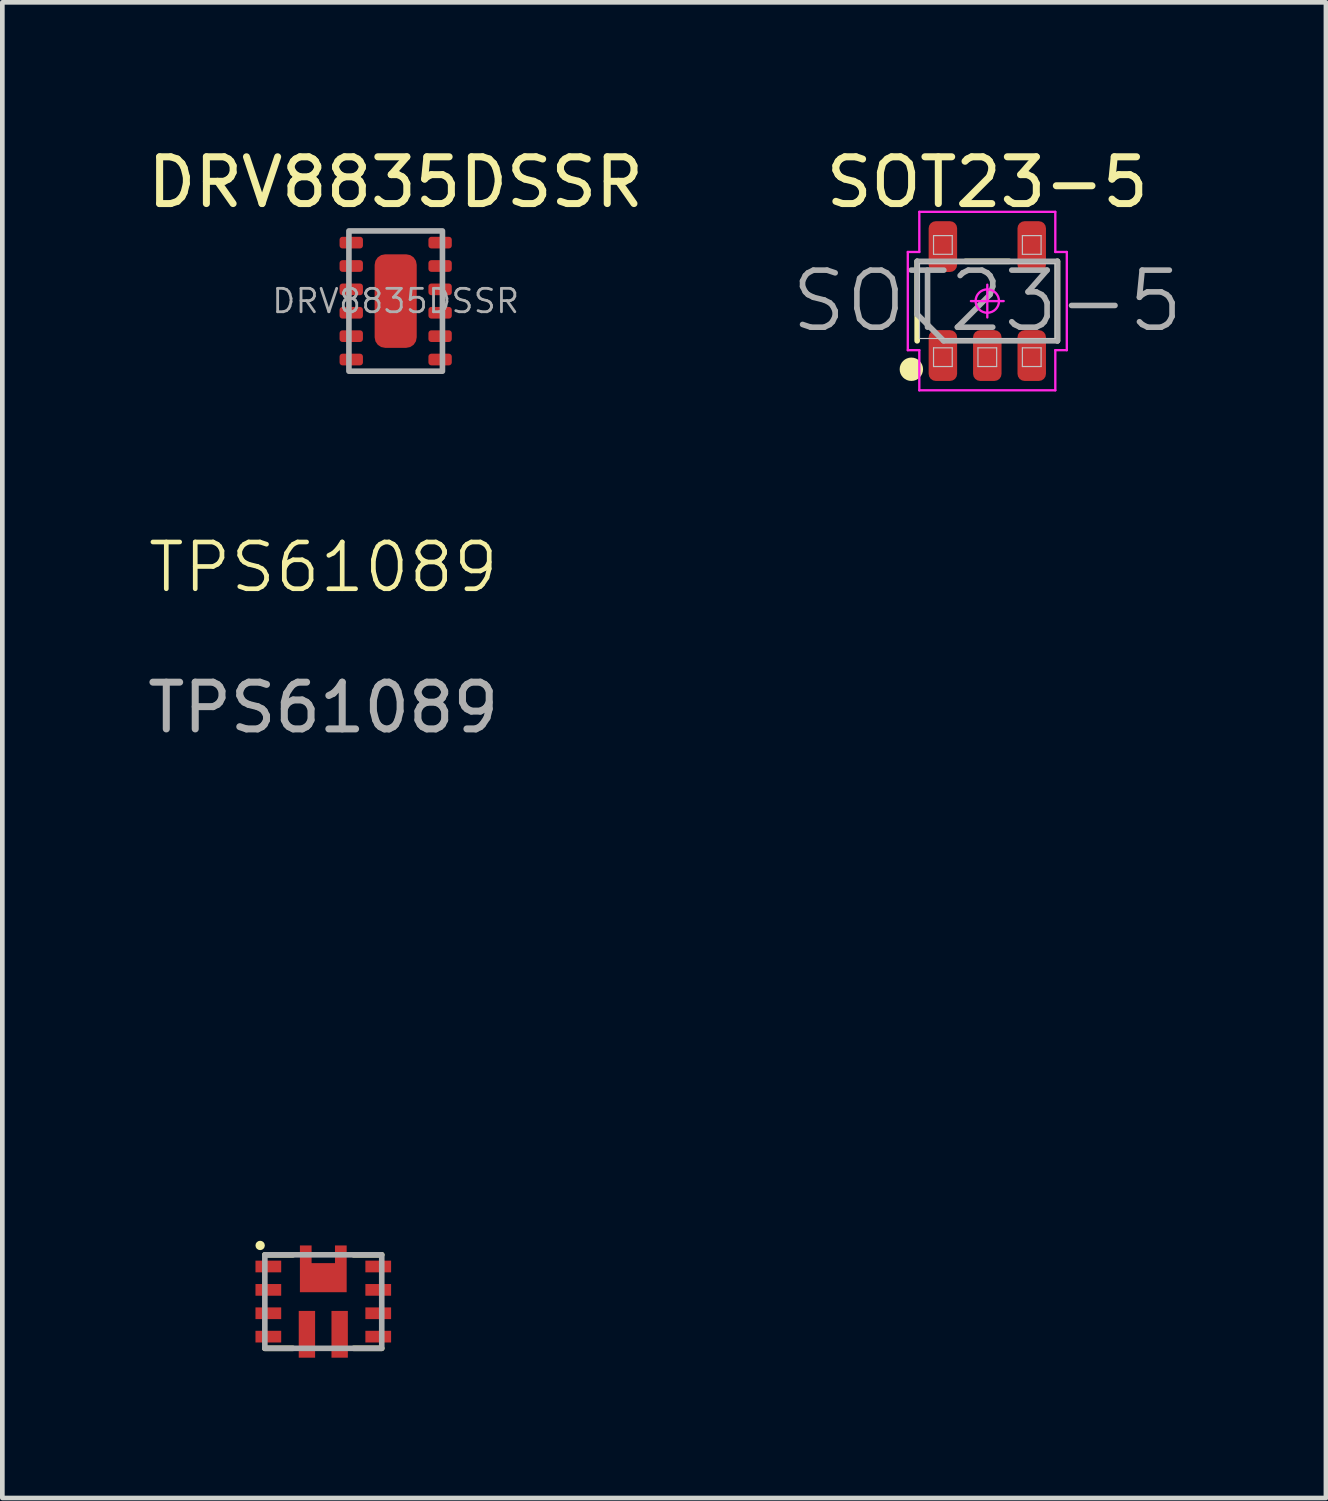
<source format=kicad_pcb>
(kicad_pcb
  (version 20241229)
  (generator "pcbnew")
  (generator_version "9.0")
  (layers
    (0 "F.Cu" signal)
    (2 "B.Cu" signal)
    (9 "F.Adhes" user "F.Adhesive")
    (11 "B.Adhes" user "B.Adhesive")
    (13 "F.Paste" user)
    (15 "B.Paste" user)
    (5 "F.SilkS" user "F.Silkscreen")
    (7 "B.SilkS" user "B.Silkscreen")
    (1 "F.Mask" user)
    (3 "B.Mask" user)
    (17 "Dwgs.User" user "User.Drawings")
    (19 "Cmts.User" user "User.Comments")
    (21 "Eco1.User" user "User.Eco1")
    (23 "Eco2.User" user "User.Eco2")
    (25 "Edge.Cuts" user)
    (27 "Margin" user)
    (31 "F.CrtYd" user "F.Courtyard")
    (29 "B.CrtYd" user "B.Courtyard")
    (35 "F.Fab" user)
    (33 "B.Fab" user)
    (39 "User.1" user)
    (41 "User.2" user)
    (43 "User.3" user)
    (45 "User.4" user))
  (footprint "TPS61089"
    (layer "F.Cu")
    (at 3.863 24.782)
    (property "Reference" "TPS61089" (at 0 -15.7 0) (unlocked yes) (layer "F.SilkS") (effects (font (size 1 1) (thickness 0.1))))
    (attr smd)
    (fp_line (start -1.25 1) (end -0.65 1) (stroke (width 0.12) (type default)) (layer "F.SilkS"))
    (fp_line (start -0.65 -1) (end -1.25 -1) (stroke (width 0.12) (type default)) (layer "F.SilkS"))
    (fp_line (start 1.25 -1) (end 0.65 -1) (stroke (width 0.12) (type default)) (layer "F.SilkS"))
    (fp_line (start 1.25 1) (end 0.65 1) (stroke (width 0.12) (type default)) (layer "F.SilkS"))
    (fp_circle (center -1.35 -1.2) (end -1.35 -1.15) (stroke (width 0.1) (type default)) (fill no) (layer "F.SilkS"))
    (fp_rect (start -1.25 -1) (end 1.25 1) (stroke (width 0.12) (type default)) (fill no) (layer "F.Fab"))
    (fp_text user "${REFERENCE}" (at 0 -12.7 0) (unlocked yes) (layer "F.Fab") (effects (font (size 1 1) (thickness 0.15))))
    (pad "1" smd rect (at -1.175 -0.75) (size 0.55 0.25) (layers "F.Cu" "F.Mask" "F.Paste"))
    (pad "2" smd rect (at -1.175 -0.25) (size 0.55 0.25) (layers "F.Cu" "F.Mask" "F.Paste"))
    (pad "3" smd rect (at -1.175 0.25) (size 0.55 0.25) (layers "F.Cu" "F.Mask" "F.Paste"))
    (pad "4" smd rect (at -1.175 0.75) (size 0.55 0.25) (layers "F.Cu" "F.Mask" "F.Paste"))
    (pad "5" smd rect (at -0.35 0.7) (size 0.35 1) (layers "F.Cu" "F.Mask" "F.Paste"))
    (pad "6" smd rect (at 0.35 0.7) (size 0.35 1) (layers "F.Cu" "F.Mask" "F.Paste"))
    (pad "7" smd rect (at 1.175 0.75 180) (size 0.55 0.25) (layers "F.Cu" "F.Mask" "F.Paste"))
    (pad "8" smd rect (at 1.175 0.25 180) (size 0.55 0.25) (layers "F.Cu" "F.Mask" "F.Paste"))
    (pad "9" smd rect (at 1.175 -0.25 180) (size 0.55 0.25) (layers "F.Cu" "F.Mask" "F.Paste"))
    (pad "10" smd rect (at 1.175 -0.75 180) (size 0.55 0.25) (layers "F.Cu" "F.Mask" "F.Paste"))
    (pad "11" smd custom (at 0 -0.45) (size 1 0.5) (layers "F.Cu" "F.Mask" "F.Paste") (options (anchor rect)) (primitives (gr_poly (pts (xy -0.5 -0.75) (xy -0.5 0.25) (xy 0.5 0.25) (xy 0.5 -0.75) (xy 0.25 -0.75) (xy 0.25 -0.372) (xy -0.25 -0.372) (xy -0.25 -0.75)) (width 0) (fill yes)))))
  (footprint "SOT23-5"
    (layer "F.Cu")
    (at 18.062 3.388)
    (property "Reference" "SOT23-5" (at 0 -2.54 0) (layer "F.SilkS") (effects (font (size 1 1) (thickness 0.15))))
    (attr smd)
    (fp_line (start -1.5 0.85) (end -1.5 -0.85) (stroke (width 0.12) (type solid)) (layer "F.SilkS"))
    (fp_line (start 0.466 -0.85) (end -0.466 -0.85) (stroke (width 0.12) (type solid)) (layer "F.SilkS"))
    (fp_line (start 1.5 -0.85) (end 1.5 0.85) (stroke (width 0.12) (type solid)) (layer "F.SilkS"))
    (fp_circle (center -1.624 1.458) (end -1.624 1.583) (stroke (width 0.25) (type solid)) (fill no) (layer "F.SilkS"))
    (fp_line (start -1.45 -0.8) (end 1.45 -0.8) (stroke (width 0.025) (type solid)) (layer "Dwgs.User"))
    (fp_line (start -1.45 0.8) (end -1.45 -0.8) (stroke (width 0.025) (type solid)) (layer "Dwgs.User"))
    (fp_line (start -1.15 -1.4) (end -0.75 -1.4) (stroke (width 0.025) (type solid)) (layer "Dwgs.User"))
    (fp_line (start -1.15 -1) (end -1.15 -1.4) (stroke (width 0.025) (type solid)) (layer "Dwgs.User"))
    (fp_line (start -1.15 1) (end -0.75 1) (stroke (width 0.025) (type solid)) (layer "Dwgs.User"))
    (fp_line (start -1.15 1.4) (end -1.15 1) (stroke (width 0.025) (type solid)) (layer "Dwgs.User"))
    (fp_line (start -0.75 -1.4) (end -0.75 -1) (stroke (width 0.025) (type solid)) (layer "Dwgs.User"))
    (fp_line (start -0.75 -1) (end -1.15 -1) (stroke (width 0.025) (type solid)) (layer "Dwgs.User"))
    (fp_line (start -0.75 1) (end -0.75 1.4) (stroke (width 0.025) (type solid)) (layer "Dwgs.User"))
    (fp_line (start -0.75 1.4) (end -1.15 1.4) (stroke (width 0.025) (type solid)) (layer "Dwgs.User"))
    (fp_line (start -0.2 1) (end 0.2 1) (stroke (width 0.025) (type solid)) (layer "Dwgs.User"))
    (fp_line (start -0.2 1.4) (end -0.2 1) (stroke (width 0.025) (type solid)) (layer "Dwgs.User"))
    (fp_line (start 0.2 1) (end 0.2 1.4) (stroke (width 0.025) (type solid)) (layer "Dwgs.User"))
    (fp_line (start 0.2 1.4) (end -0.2 1.4) (stroke (width 0.025) (type solid)) (layer "Dwgs.User"))
    (fp_line (start 0.75 -1.4) (end 1.15 -1.4) (stroke (width 0.025) (type solid)) (layer "Dwgs.User"))
    (fp_line (start 0.75 -1) (end 0.75 -1.4) (stroke (width 0.025) (type solid)) (layer "Dwgs.User"))
    (fp_line (start 0.75 1) (end 1.15 1) (stroke (width 0.025) (type solid)) (layer "Dwgs.User"))
    (fp_line (start 0.75 1.4) (end 0.75 1) (stroke (width 0.025) (type solid)) (layer "Dwgs.User"))
    (fp_line (start 1.15 -1.4) (end 1.15 -1) (stroke (width 0.025) (type solid)) (layer "Dwgs.User"))
    (fp_line (start 1.15 -1) (end 0.75 -1) (stroke (width 0.025) (type solid)) (layer "Dwgs.User"))
    (fp_line (start 1.15 1) (end 1.15 1.4) (stroke (width 0.025) (type solid)) (layer "Dwgs.User"))
    (fp_line (start 1.15 1.4) (end 0.75 1.4) (stroke (width 0.025) (type solid)) (layer "Dwgs.User"))
    (fp_line (start 1.45 -0.8) (end 1.45 0.8) (stroke (width 0.025) (type solid)) (layer "Dwgs.User"))
    (fp_line (start 1.45 0.8) (end -1.45 0.8) (stroke (width 0.025) (type solid)) (layer "Dwgs.User"))
    (fp_line (start -1.7 -1.05) (end -1.7 1.05) (stroke (width 0.05) (type solid)) (layer "F.CrtYd"))
    (fp_line (start -1.7 1.05) (end -1.454 1.05) (stroke (width 0.05) (type solid)) (layer "F.CrtYd"))
    (fp_line (start -1.454 -1.908) (end -1.454 -1.05) (stroke (width 0.05) (type solid)) (layer "F.CrtYd"))
    (fp_line (start -1.454 -1.05) (end -1.7 -1.05) (stroke (width 0.05) (type solid)) (layer "F.CrtYd"))
    (fp_line (start -1.454 1.05) (end -1.454 1.908) (stroke (width 0.05) (type solid)) (layer "F.CrtYd"))
    (fp_line (start -1.454 1.908) (end 1.454 1.908) (stroke (width 0.05) (type solid)) (layer "F.CrtYd"))
    (fp_line (start -0.35 0) (end 0.35 0) (stroke (width 0.05) (type solid)) (layer "F.CrtYd"))
    (fp_line (start 0 -0.35) (end 0 0.35) (stroke (width 0.05) (type solid)) (layer "F.CrtYd"))
    (fp_line (start 1.454 -1.908) (end -1.454 -1.908) (stroke (width 0.05) (type solid)) (layer "F.CrtYd"))
    (fp_line (start 1.454 -1.05) (end 1.454 -1.908) (stroke (width 0.05) (type solid)) (layer "F.CrtYd"))
    (fp_line (start 1.454 1.05) (end 1.7 1.05) (stroke (width 0.05) (type solid)) (layer "F.CrtYd"))
    (fp_line (start 1.454 1.908) (end 1.454 1.05) (stroke (width 0.05) (type solid)) (layer "F.CrtYd"))
    (fp_line (start 1.7 -1.05) (end 1.454 -1.05) (stroke (width 0.05) (type solid)) (layer "F.CrtYd"))
    (fp_line (start 1.7 1.05) (end 1.7 -1.05) (stroke (width 0.05) (type solid)) (layer "F.CrtYd"))
    (fp_circle (center 0 0) (end 0 0.25) (stroke (width 0.05) (type solid)) (fill no) (layer "F.CrtYd"))
    (fp_line (start -1.5 -0.85) (end 1.5 -0.85) (stroke (width 0.12) (type solid)) (layer "F.Fab"))
    (fp_line (start -1.5 0.283) (end -1.5 -0.85) (stroke (width 0.12) (type solid)) (layer "F.Fab"))
    (fp_line (start -0.933 0.85) (end -1.5 0.283) (stroke (width 0.12) (type solid)) (layer "F.Fab"))
    (fp_line (start 1.5 -0.85) (end 1.5 0.85) (stroke (width 0.12) (type solid)) (layer "F.Fab"))
    (fp_line (start 1.5 0.85) (end -0.933 0.85) (stroke (width 0.12) (type solid)) (layer "F.Fab"))
    (fp_text user "${REFERENCE}" (at 0 0 0) (layer "F.Fab") (effects (font (size 1.22 1.22) (thickness 0.12))))
    (pad "1" smd roundrect (at -0.95 1.165 90) (size 1.086 0.609) (layers "F.Cu" "F.Mask" "F.Paste") (roundrect_rratio 0.25))
    (pad "2" smd roundrect (at 0 1.165 90) (size 1.086 0.609) (layers "F.Cu" "F.Mask" "F.Paste") (roundrect_rratio 0.25))
    (pad "3" smd roundrect (at 0.95 1.165 90) (size 1.086 0.609) (layers "F.Cu" "F.Mask" "F.Paste") (roundrect_rratio 0.25))
    (pad "4" smd roundrect (at 0.95 -1.165 90) (size 1.086 0.609) (layers "F.Cu" "F.Mask" "F.Paste") (roundrect_rratio 0.25))
    (pad "5" smd roundrect (at -0.95 -1.165 90) (size 1.086 0.609) (layers "F.Cu" "F.Mask" "F.Paste") (roundrect_rratio 0.25)))
  (footprint "DRV8835DSSR"
    (layer "F.Cu")
    (at 5.411 3.388)
    (property "Reference" "DRV8835DSSR" (at 0 -2.54 0) (unlocked yes) (layer "F.SilkS") (effects (font (size 1 1) (thickness 0.15) (bold yes))))
    (attr smd)
    (fp_rect (start -1 -1.5) (end 1 1.5) (stroke (width 0.12) (type default)) (fill no) (layer "F.Fab"))
    (fp_text user "${REFERENCE}" (at 0 0 0) (unlocked yes) (layer "F.Fab") (effects (font (size 0.5 0.5) (thickness 0.06))))
    (pad "1" smd roundrect (at -0.95 -1.25) (size 0.5 0.25) (layers "F.Cu" "F.Mask" "F.Paste") (roundrect_rratio 0.25))
    (pad "2" smd roundrect (at -0.95 -0.75) (size 0.5 0.25) (layers "F.Cu" "F.Mask" "F.Paste") (roundrect_rratio 0.25))
    (pad "3" smd roundrect (at -0.95 -0.25) (size 0.5 0.25) (layers "F.Cu" "F.Mask" "F.Paste") (roundrect_rratio 0.25))
    (pad "4" smd roundrect (at -0.95 0.25) (size 0.5 0.25) (layers "F.Cu" "F.Mask" "F.Paste") (roundrect_rratio 0.25))
    (pad "5" smd roundrect (at -0.95 0.75) (size 0.5 0.25) (layers "F.Cu" "F.Mask" "F.Paste") (roundrect_rratio 0.25))
    (pad "6" smd roundrect (at -0.95 1.25) (size 0.5 0.25) (layers "F.Cu" "F.Mask" "F.Paste") (roundrect_rratio 0.25))
    (pad "6" smd roundrect (at 0 0) (size 0.9 2) (layers "*.Mask" "F.Cu" "F.Paste") (roundrect_rratio 0.25))
    (pad "7" smd roundrect (at 0.95 1.25) (size 0.5 0.25) (layers "F.Cu" "F.Mask" "F.Paste") (roundrect_rratio 0.25))
    (pad "8" smd roundrect (at 0.95 0.75) (size 0.5 0.25) (layers "F.Cu" "F.Mask" "F.Paste") (roundrect_rratio 0.25))
    (pad "9" smd roundrect (at 0.95 0.25) (size 0.5 0.25) (layers "F.Cu" "F.Mask" "F.Paste") (roundrect_rratio 0.25))
    (pad "10" smd roundrect (at 0.95 -0.25) (size 0.5 0.25) (layers "F.Cu" "F.Mask" "F.Paste") (roundrect_rratio 0.25))
    (pad "11" smd roundrect (at 0.95 -0.75) (size 0.5 0.25) (layers "F.Cu" "F.Mask" "F.Paste") (roundrect_rratio 0.25))
    (pad "12" smd roundrect (at 0.95 -1.25) (size 0.5 0.25) (layers "F.Cu" "F.Mask" "F.Paste") (roundrect_rratio 0.25)))
  (gr_rect
    (start -3 -3)
    (end 25.303 28.982)
    (stroke (width 0.1) (type default))
    (fill no)
    (layer "Edge.Cuts")))
</source>
